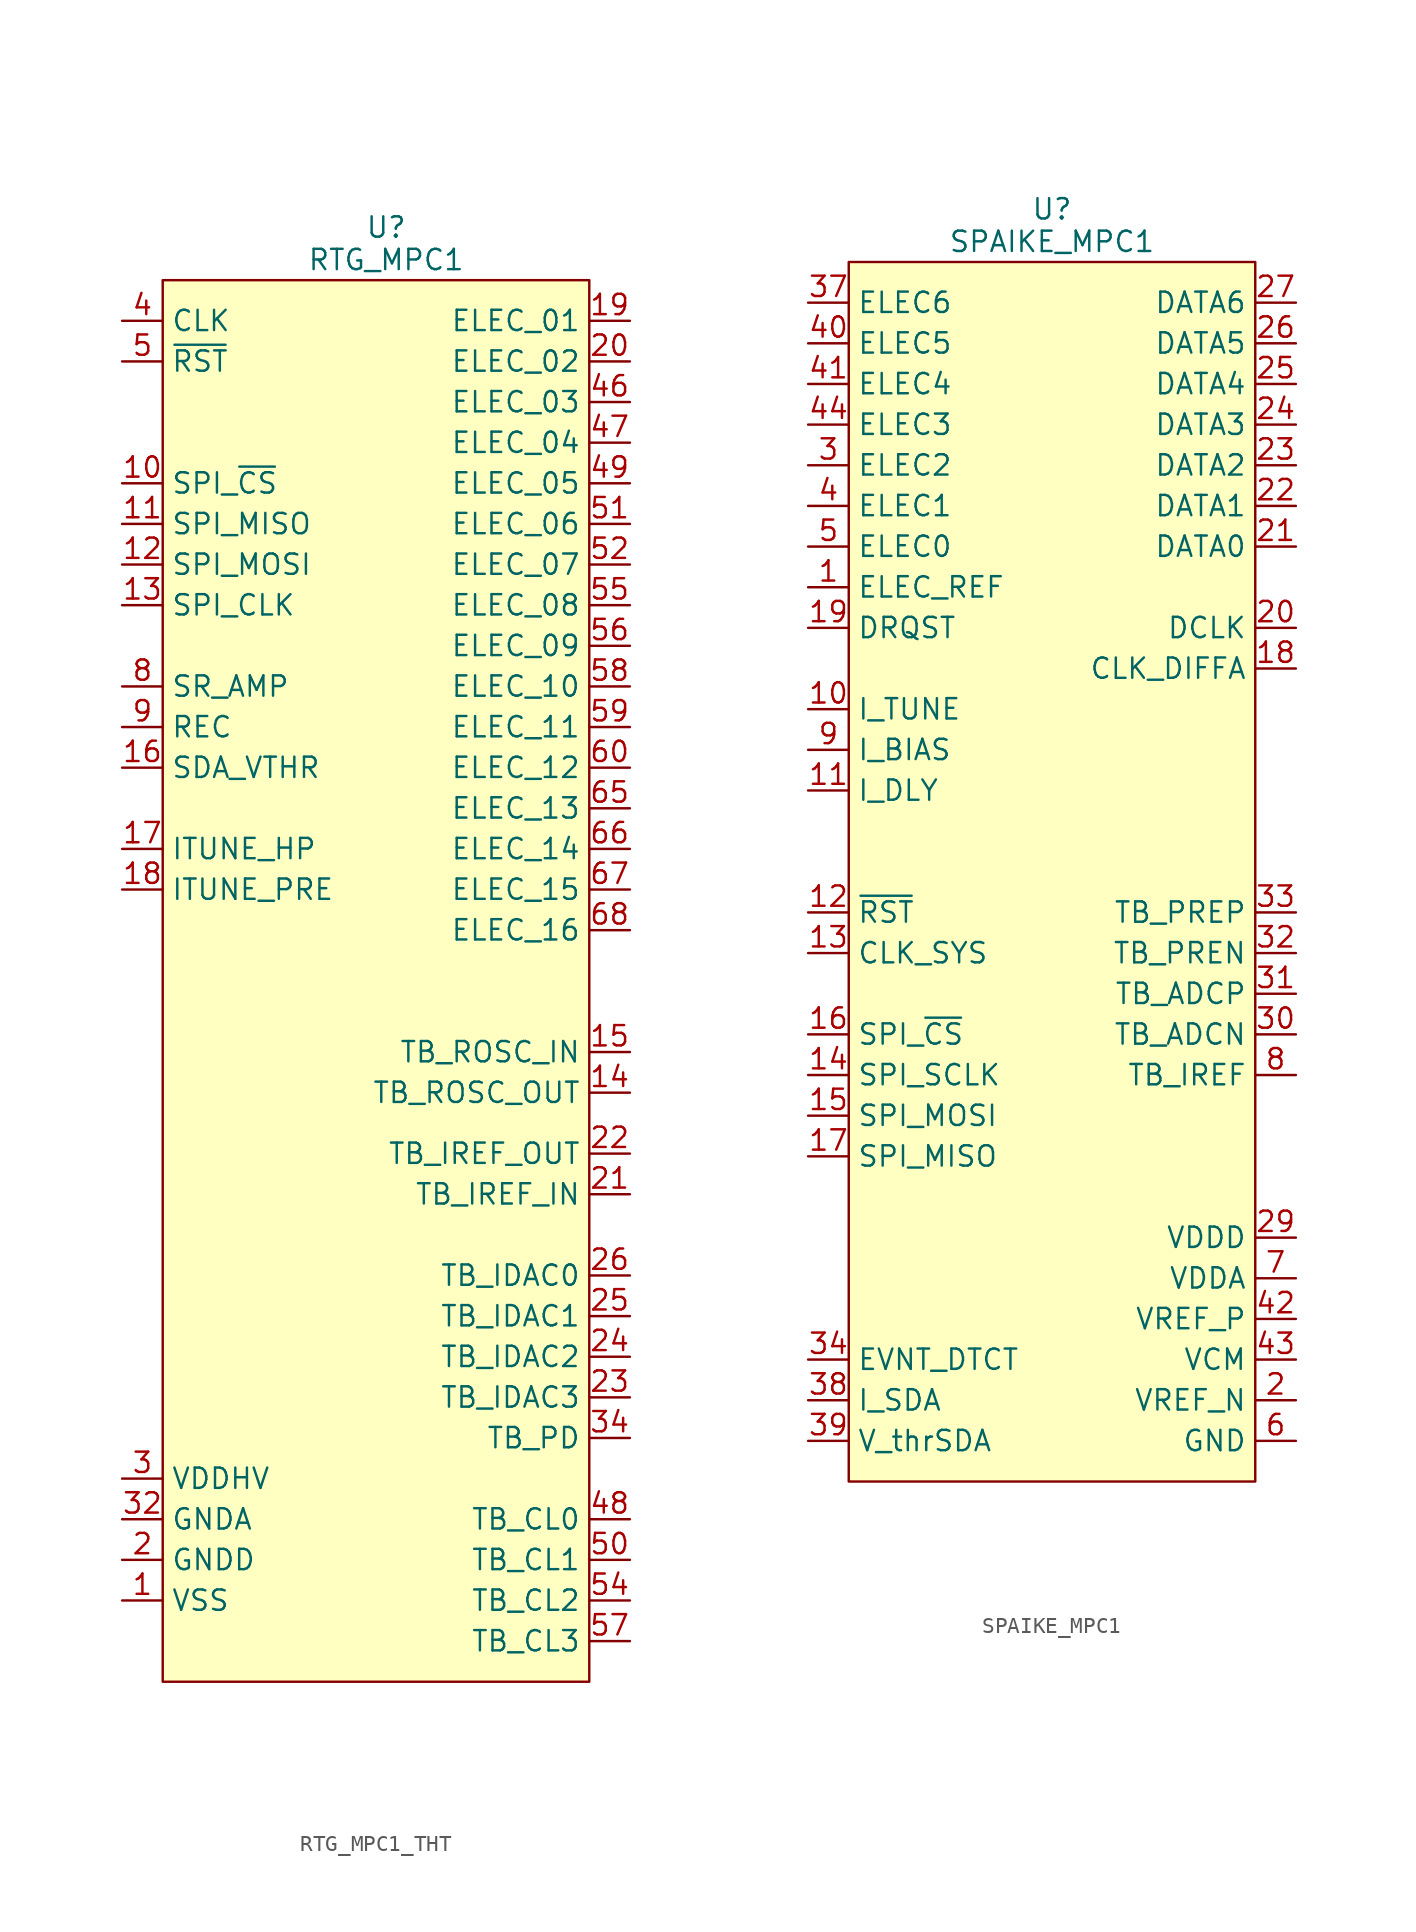
<source format=kicad_sym>
(kicad_symbol_lib
  (version 20231120)
  (generator "kicad_symbol_editor")
  (generator_version "8.0")
  (symbol "RTG_MPC1_THT"
    (property "Reference" "U"
      (at 0 2.032 0)
      (effects (font (size 1.27 1.27))))
    (property "Value" "RTG_MPC1"
      (at 0 0 0)
      (effects (font (size 1.27 1.27))))
    (symbol "RTG_MPC1_THT_1_1"
      (rectangle (start -13.97 -1.27) (end 12.7 -88.9) (stroke (width 0) (type default)) (fill (type background)))
      (pin power_in line (at -16.51 -83.82 0) (length 2.54) (name "VSS" (effects (font (size 1.27 1.27)))) (number "1" (effects (font (size 1.27 1.27)))))
      (pin input line (at -16.51 -13.97 0) (length 2.54) (name "SPI_~{CS}" (effects (font (size 1.27 1.27)))) (number "10" (effects (font (size 1.27 1.27)))))
      (pin output line (at -16.51 -16.51 0) (length 2.54) (name "SPI_MISO" (effects (font (size 1.27 1.27)))) (number "11" (effects (font (size 1.27 1.27)))))
      (pin output line (at -16.51 -19.05 0) (length 2.54) (name "SPI_MOSI" (effects (font (size 1.27 1.27)))) (number "12" (effects (font (size 1.27 1.27)))))
      (pin output line (at -16.51 -21.59 0) (length 2.54) (name "SPI_CLK" (effects (font (size 1.27 1.27)))) (number "13" (effects (font (size 1.27 1.27)))))
      (pin input line (at 15.24 -52.07 180) (length 2.54) (name "TB_ROSC_OUT" (effects (font (size 1.27 1.27)))) (number "14" (effects (font (size 1.27 1.27)))))
      (pin input line (at 15.24 -49.53 180) (length 2.54) (name "TB_ROSC_IN" (effects (font (size 1.27 1.27)))) (number "15" (effects (font (size 1.27 1.27)))))
      (pin input line (at -16.51 -31.75 0) (length 2.54) (name "SDA_VTHR" (effects (font (size 1.27 1.27)))) (number "16" (effects (font (size 1.27 1.27)))))
      (pin open_collector line (at -16.51 -36.83 0) (length 2.54) (name "ITUNE_HP" (effects (font (size 1.27 1.27)))) (number "17" (effects (font (size 1.27 1.27)))))
      (pin open_collector line (at -16.51 -39.37 0) (length 2.54) (name "ITUNE_PRE" (effects (font (size 1.27 1.27)))) (number "18" (effects (font (size 1.27 1.27)))))
      (pin bidirectional line (at 15.24 -3.81 180) (length 2.54) (name "ELEC_01" (effects (font (size 1.27 1.27)))) (number "19" (effects (font (size 1.27 1.27)))))
      (pin passive line (at -16.51 -81.28 0) (length 2.54) (name "GNDD" (effects (font (size 1.27 1.27)))) (number "2" (effects (font (size 1.27 1.27)))))
      (pin bidirectional line (at 15.24 -6.35 180) (length 2.54) (name "ELEC_02" (effects (font (size 1.27 1.27)))) (number "20" (effects (font (size 1.27 1.27)))))
      (pin open_collector line (at 15.24 -58.42 180) (length 2.54) (name "TB_IREF_IN" (effects (font (size 1.27 1.27)))) (number "21" (effects (font (size 1.27 1.27)))))
      (pin open_emitter line (at 15.24 -55.88 180) (length 2.54) (name "TB_IREF_OUT" (effects (font (size 1.27 1.27)))) (number "22" (effects (font (size 1.27 1.27)))))
      (pin open_emitter line (at 15.24 -71.12 180) (length 2.54) (name "TB_IDAC3" (effects (font (size 1.27 1.27)))) (number "23" (effects (font (size 1.27 1.27)))))
      (pin open_collector line (at 15.24 -68.58 180) (length 2.54) (name "TB_IDAC2" (effects (font (size 1.27 1.27)))) (number "24" (effects (font (size 1.27 1.27)))))
      (pin open_collector line (at 15.24 -66.04 180) (length 2.54) (name "TB_IDAC1" (effects (font (size 1.27 1.27)))) (number "25" (effects (font (size 1.27 1.27)))))
      (pin open_collector line (at 15.24 -63.5 180) (length 2.54) (name "TB_IDAC0" (effects (font (size 1.27 1.27)))) (number "26" (effects (font (size 1.27 1.27)))))
      (pin no_connect line (at -16.51 -86.36 0) (length 2.54) hide (name "NC" (effects (font (size 1.27 1.27)))) (number "27" (effects (font (size 1.27 1.27)))))
      (pin no_connect line (at -16.51 -86.36 0) (length 2.54) hide (name "NC" (effects (font (size 1.27 1.27)))) (number "28" (effects (font (size 1.27 1.27)))))
      (pin no_connect line (at -16.51 -86.36 0) (length 2.54) hide (name "NC" (effects (font (size 1.27 1.27)))) (number "29" (effects (font (size 1.27 1.27)))))
      (pin power_in line (at -16.51 -76.2 0) (length 2.54) (name "VDDHV" (effects (font (size 1.27 1.27)))) (number "3" (effects (font (size 1.27 1.27)))))
      (pin no_connect line (at -16.51 -86.36 0) (length 2.54) hide (name "NC" (effects (font (size 1.27 1.27)))) (number "30" (effects (font (size 1.27 1.27)))))
      (pin passive line (at -16.51 -76.2 0) (length 2.54) hide (name "VDDHV" (effects (font (size 1.27 1.27)))) (number "31" (effects (font (size 1.27 1.27)))))
      (pin passive line (at -16.51 -78.74 0) (length 2.54) (name "GNDA" (effects (font (size 1.27 1.27)))) (number "32" (effects (font (size 1.27 1.27)))))
      (pin passive line (at -16.51 -83.82 0) (length 2.54) hide (name "VSS" (effects (font (size 1.27 1.27)))) (number "33" (effects (font (size 1.27 1.27)))))
      (pin output line (at 15.24 -73.66 180) (length 2.54) (name "TB_PD" (effects (font (size 1.27 1.27)))) (number "34" (effects (font (size 1.27 1.27)))))
      (pin no_connect line (at -16.51 -86.36 0) (length 2.54) hide (name "NC" (effects (font (size 1.27 1.27)))) (number "35" (effects (font (size 1.27 1.27)))))
      (pin no_connect line (at -16.51 -86.36 0) (length 2.54) hide (name "NC" (effects (font (size 1.27 1.27)))) (number "36" (effects (font (size 1.27 1.27)))))
      (pin no_connect line (at -16.51 -86.36 0) (length 2.54) hide (name "NC" (effects (font (size 1.27 1.27)))) (number "37" (effects (font (size 1.27 1.27)))))
      (pin no_connect line (at -16.51 -86.36 0) (length 2.54) hide (name "NC" (effects (font (size 1.27 1.27)))) (number "38" (effects (font (size 1.27 1.27)))))
      (pin no_connect line (at -16.51 -86.36 0) (length 2.54) hide (name "NC" (effects (font (size 1.27 1.27)))) (number "39" (effects (font (size 1.27 1.27)))))
      (pin input line (at -16.51 -3.81 0) (length 2.54) (name "CLK" (effects (font (size 1.27 1.27)))) (number "4" (effects (font (size 1.27 1.27)))))
      (pin no_connect line (at -16.51 -86.36 0) (length 2.54) hide (name "NC" (effects (font (size 1.27 1.27)))) (number "40" (effects (font (size 1.27 1.27)))))
      (pin no_connect line (at -16.51 -86.36 0) (length 2.54) hide (name "NC" (effects (font (size 1.27 1.27)))) (number "41" (effects (font (size 1.27 1.27)))))
      (pin no_connect line (at -16.51 -86.36 0) (length 2.54) hide (name "NC" (effects (font (size 1.27 1.27)))) (number "42" (effects (font (size 1.27 1.27)))))
      (pin no_connect line (at -16.51 -86.36 0) (length 2.54) hide (name "NC" (effects (font (size 1.27 1.27)))) (number "43" (effects (font (size 1.27 1.27)))))
      (pin no_connect line (at -16.51 -86.36 0) (length 2.54) hide (name "NC" (effects (font (size 1.27 1.27)))) (number "44" (effects (font (size 1.27 1.27)))))
      (pin no_connect line (at -16.51 -86.36 0) (length 2.54) hide (name "NC" (effects (font (size 1.27 1.27)))) (number "45" (effects (font (size 1.27 1.27)))))
      (pin bidirectional line (at 15.24 -8.89 180) (length 2.54) (name "ELEC_03" (effects (font (size 1.27 1.27)))) (number "46" (effects (font (size 1.27 1.27)))))
      (pin bidirectional line (at 15.24 -11.43 180) (length 2.54) (name "ELEC_04" (effects (font (size 1.27 1.27)))) (number "47" (effects (font (size 1.27 1.27)))))
      (pin output line (at 15.24 -78.74 180) (length 2.54) (name "TB_CL0" (effects (font (size 1.27 1.27)))) (number "48" (effects (font (size 1.27 1.27)))))
      (pin bidirectional line (at 15.24 -13.97 180) (length 2.54) (name "ELEC_05" (effects (font (size 1.27 1.27)))) (number "49" (effects (font (size 1.27 1.27)))))
      (pin input line (at -16.51 -6.35 0) (length 2.54) (name "~{RST}" (effects (font (size 1.27 1.27)))) (number "5" (effects (font (size 1.27 1.27)))))
      (pin output line (at 15.24 -81.28 180) (length 2.54) (name "TB_CL1" (effects (font (size 1.27 1.27)))) (number "50" (effects (font (size 1.27 1.27)))))
      (pin bidirectional line (at 15.24 -16.51 180) (length 2.54) (name "ELEC_06" (effects (font (size 1.27 1.27)))) (number "51" (effects (font (size 1.27 1.27)))))
      (pin bidirectional line (at 15.24 -19.05 180) (length 2.54) (name "ELEC_07" (effects (font (size 1.27 1.27)))) (number "52" (effects (font (size 1.27 1.27)))))
      (pin no_connect line (at -16.51 -86.36 0) (length 2.54) hide (name "NC" (effects (font (size 1.27 1.27)))) (number "53" (effects (font (size 1.27 1.27)))))
      (pin output line (at 15.24 -83.82 180) (length 2.54) (name "TB_CL2" (effects (font (size 1.27 1.27)))) (number "54" (effects (font (size 1.27 1.27)))))
      (pin bidirectional line (at 15.24 -21.59 180) (length 2.54) (name "ELEC_08" (effects (font (size 1.27 1.27)))) (number "55" (effects (font (size 1.27 1.27)))))
      (pin bidirectional line (at 15.24 -24.13 180) (length 2.54) (name "ELEC_09" (effects (font (size 1.27 1.27)))) (number "56" (effects (font (size 1.27 1.27)))))
      (pin output line (at 15.24 -86.36 180) (length 2.54) (name "TB_CL3" (effects (font (size 1.27 1.27)))) (number "57" (effects (font (size 1.27 1.27)))))
      (pin bidirectional line (at 15.24 -26.67 180) (length 2.54) (name "ELEC_10" (effects (font (size 1.27 1.27)))) (number "58" (effects (font (size 1.27 1.27)))))
      (pin bidirectional line (at 15.24 -29.21 180) (length 2.54) (name "ELEC_11" (effects (font (size 1.27 1.27)))) (number "59" (effects (font (size 1.27 1.27)))))
      (pin no_connect line (at -16.51 -86.36 0) (length 2.54) hide (name "NC" (effects (font (size 1.27 1.27)))) (number "6" (effects (font (size 1.27 1.27)))))
      (pin bidirectional line (at 15.24 -31.75 180) (length 2.54) (name "ELEC_12" (effects (font (size 1.27 1.27)))) (number "60" (effects (font (size 1.27 1.27)))))
      (pin no_connect line (at -16.51 -86.36 0) (length 2.54) hide (name "NC" (effects (font (size 1.27 1.27)))) (number "61" (effects (font (size 1.27 1.27)))))
      (pin no_connect line (at -16.51 -86.36 0) (length 2.54) hide (name "NC" (effects (font (size 1.27 1.27)))) (number "62" (effects (font (size 1.27 1.27)))))
      (pin no_connect line (at -16.51 -86.36 0) (length 2.54) hide (name "NC" (effects (font (size 1.27 1.27)))) (number "63" (effects (font (size 1.27 1.27)))))
      (pin no_connect line (at -16.51 -86.36 0) (length 2.54) hide (name "NC" (effects (font (size 1.27 1.27)))) (number "64" (effects (font (size 1.27 1.27)))))
      (pin bidirectional line (at 15.24 -34.29 180) (length 2.54) (name "ELEC_13" (effects (font (size 1.27 1.27)))) (number "65" (effects (font (size 1.27 1.27)))))
      (pin bidirectional line (at 15.24 -36.83 180) (length 2.54) (name "ELEC_14" (effects (font (size 1.27 1.27)))) (number "66" (effects (font (size 1.27 1.27)))))
      (pin bidirectional line (at 15.24 -39.37 180) (length 2.54) (name "ELEC_15" (effects (font (size 1.27 1.27)))) (number "67" (effects (font (size 1.27 1.27)))))
      (pin bidirectional line (at 15.24 -41.91 180) (length 2.54) (name "ELEC_16" (effects (font (size 1.27 1.27)))) (number "68" (effects (font (size 1.27 1.27)))))
      (pin no_connect line (at -16.51 -86.36 0) (length 2.54) hide (name "NC" (effects (font (size 1.27 1.27)))) (number "7" (effects (font (size 1.27 1.27)))))
      (pin input line (at -16.51 -26.67 0) (length 2.54) (name "SR_AMP" (effects (font (size 1.27 1.27)))) (number "8" (effects (font (size 1.27 1.27)))))
      (pin input line (at -16.51 -29.21 0) (length 2.54) (name "REC" (effects (font (size 1.27 1.27)))) (number "9" (effects (font (size 1.27 1.27)))))))
  (symbol "SPAIKE_MPC1"
    (property "Reference" "U"
      (at 0 3.302 0)
      (effects (font (size 1.27 1.27))))
    (property "Value" "SPAIKE_MPC1"
      (at 0 1.27 0)
      (effects (font (size 1.27 1.27))))
    (symbol "SPAIKE_MPC1_1_1"
      (rectangle (start -12.7 0) (end 12.7 -76.2) (stroke (width 0) (type default)) (fill (type background)))
      (pin input line (at -15.24 -20.32 0) (length 2.54) (name "ELEC_REF" (effects (font (size 1.27 1.27)))) (number "1" (effects (font (size 1.27 1.27)))))
      (pin input line (at -15.24 -27.94 0) (length 2.54) (name "I_TUNE" (effects (font (size 1.27 1.27)))) (number "10" (effects (font (size 1.27 1.27)))))
      (pin input line (at -15.24 -33.02 0) (length 2.54) (name "I_DLY" (effects (font (size 1.27 1.27)))) (number "11" (effects (font (size 1.27 1.27)))))
      (pin input line (at -15.24 -40.64 0) (length 2.54) (name "~{RST}" (effects (font (size 1.27 1.27)))) (number "12" (effects (font (size 1.27 1.27)))))
      (pin input line (at -15.24 -43.18 0) (length 2.54) (name "CLK_SYS" (effects (font (size 1.27 1.27)))) (number "13" (effects (font (size 1.27 1.27)))))
      (pin input line (at -15.24 -50.8 0) (length 2.54) (name "SPI_SCLK" (effects (font (size 1.27 1.27)))) (number "14" (effects (font (size 1.27 1.27)))))
      (pin input line (at -15.24 -53.34 0) (length 2.54) (name "SPI_MOSI" (effects (font (size 1.27 1.27)))) (number "15" (effects (font (size 1.27 1.27)))))
      (pin input line (at -15.24 -48.26 0) (length 2.54) (name "SPI_~{CS}" (effects (font (size 1.27 1.27)))) (number "16" (effects (font (size 1.27 1.27)))))
      (pin output line (at -15.24 -55.88 0) (length 2.54) (name "SPI_MISO" (effects (font (size 1.27 1.27)))) (number "17" (effects (font (size 1.27 1.27)))))
      (pin output line (at 15.24 -25.4 180) (length 2.54) (name "CLK_DIFFA" (effects (font (size 1.27 1.27)))) (number "18" (effects (font (size 1.27 1.27)))))
      (pin output line (at -15.24 -22.86 0) (length 2.54) (name "DRQST" (effects (font (size 1.27 1.27)))) (number "19" (effects (font (size 1.27 1.27)))))
      (pin input line (at 15.24 -71.12 180) (length 2.54) (name "VREF_N" (effects (font (size 1.27 1.27)))) (number "2" (effects (font (size 1.27 1.27)))))
      (pin output line (at 15.24 -22.86 180) (length 2.54) (name "DCLK" (effects (font (size 1.27 1.27)))) (number "20" (effects (font (size 1.27 1.27)))))
      (pin output line (at 15.24 -17.78 180) (length 2.54) (name "DATA0" (effects (font (size 1.27 1.27)))) (number "21" (effects (font (size 1.27 1.27)))))
      (pin output line (at 15.24 -15.24 180) (length 2.54) (name "DATA1" (effects (font (size 1.27 1.27)))) (number "22" (effects (font (size 1.27 1.27)))))
      (pin output line (at 15.24 -12.7 180) (length 2.54) (name "DATA2" (effects (font (size 1.27 1.27)))) (number "23" (effects (font (size 1.27 1.27)))))
      (pin output line (at 15.24 -10.16 180) (length 2.54) (name "DATA3" (effects (font (size 1.27 1.27)))) (number "24" (effects (font (size 1.27 1.27)))))
      (pin output line (at 15.24 -7.62 180) (length 2.54) (name "DATA4" (effects (font (size 1.27 1.27)))) (number "25" (effects (font (size 1.27 1.27)))))
      (pin output line (at 15.24 -5.08 180) (length 2.54) (name "DATA5" (effects (font (size 1.27 1.27)))) (number "26" (effects (font (size 1.27 1.27)))))
      (pin output line (at 15.24 -2.54 180) (length 2.54) (name "DATA6" (effects (font (size 1.27 1.27)))) (number "27" (effects (font (size 1.27 1.27)))))
      (pin bidirectional line (at 15.24 -73.66 180) (length 2.54) hide (name "GND" (effects (font (size 1.27 1.27)))) (number "28" (effects (font (size 1.27 1.27)))))
      (pin power_in line (at 15.24 -60.96 180) (length 2.54) (name "VDDD" (effects (font (size 1.27 1.27)))) (number "29" (effects (font (size 1.27 1.27)))))
      (pin input line (at -15.24 -12.7 0) (length 2.54) (name "ELEC2" (effects (font (size 1.27 1.27)))) (number "3" (effects (font (size 1.27 1.27)))))
      (pin output line (at 15.24 -48.26 180) (length 2.54) (name "TB_ADCN" (effects (font (size 1.27 1.27)))) (number "30" (effects (font (size 1.27 1.27)))))
      (pin output line (at 15.24 -45.72 180) (length 2.54) (name "TB_ADCP" (effects (font (size 1.27 1.27)))) (number "31" (effects (font (size 1.27 1.27)))))
      (pin output line (at 15.24 -43.18 180) (length 2.54) (name "TB_PREN" (effects (font (size 1.27 1.27)))) (number "32" (effects (font (size 1.27 1.27)))))
      (pin output line (at 15.24 -40.64 180) (length 2.54) (name "TB_PREP" (effects (font (size 1.27 1.27)))) (number "33" (effects (font (size 1.27 1.27)))))
      (pin output line (at -15.24 -68.58 0) (length 2.54) (name "EVNT_DTCT" (effects (font (size 1.27 1.27)))) (number "34" (effects (font (size 1.27 1.27)))))
      (pin passive line (at 15.24 -63.5 180) (length 2.54) hide (name "VDDA" (effects (font (size 1.27 1.27)))) (number "35" (effects (font (size 1.27 1.27)))))
      (pin bidirectional line (at 15.24 -73.66 180) (length 2.54) hide (name "GND" (effects (font (size 1.27 1.27)))) (number "36" (effects (font (size 1.27 1.27)))))
      (pin input line (at -15.24 -2.54 0) (length 2.54) (name "ELEC6" (effects (font (size 1.27 1.27)))) (number "37" (effects (font (size 1.27 1.27)))))
      (pin input line (at -15.24 -71.12 0) (length 2.54) (name "I_SDA" (effects (font (size 1.27 1.27)))) (number "38" (effects (font (size 1.27 1.27)))))
      (pin input line (at -15.24 -73.66 0) (length 2.54) (name "V_thrSDA" (effects (font (size 1.27 1.27)))) (number "39" (effects (font (size 1.27 1.27)))))
      (pin input line (at -15.24 -15.24 0) (length 2.54) (name "ELEC1" (effects (font (size 1.27 1.27)))) (number "4" (effects (font (size 1.27 1.27)))))
      (pin input line (at -15.24 -5.08 0) (length 2.54) (name "ELEC5" (effects (font (size 1.27 1.27)))) (number "40" (effects (font (size 1.27 1.27)))))
      (pin input line (at -15.24 -7.62 0) (length 2.54) (name "ELEC4" (effects (font (size 1.27 1.27)))) (number "41" (effects (font (size 1.27 1.27)))))
      (pin input line (at 15.24 -66.04 180) (length 2.54) (name "VREF_P" (effects (font (size 1.27 1.27)))) (number "42" (effects (font (size 1.27 1.27)))))
      (pin input line (at 15.24 -68.58 180) (length 2.54) (name "VCM" (effects (font (size 1.27 1.27)))) (number "43" (effects (font (size 1.27 1.27)))))
      (pin input line (at -15.24 -10.16 0) (length 2.54) (name "ELEC3" (effects (font (size 1.27 1.27)))) (number "44" (effects (font (size 1.27 1.27)))))
      (pin input line (at -15.24 -17.78 0) (length 2.54) (name "ELEC0" (effects (font (size 1.27 1.27)))) (number "5" (effects (font (size 1.27 1.27)))))
      (pin passive line (at 15.24 -73.66 180) (length 2.54) (name "GND" (effects (font (size 1.27 1.27)))) (number "6" (effects (font (size 1.27 1.27)))))
      (pin power_in line (at 15.24 -63.5 180) (length 2.54) (name "VDDA" (effects (font (size 1.27 1.27)))) (number "7" (effects (font (size 1.27 1.27)))))
      (pin open_collector line (at 15.24 -50.8 180) (length 2.54) (name "TB_IREF" (effects (font (size 1.27 1.27)))) (number "8" (effects (font (size 1.27 1.27)))))
      (pin input line (at -15.24 -30.48 0) (length 2.54) (name "I_BIAS" (effects (font (size 1.27 1.27)))) (number "9" (effects (font (size 1.27 1.27))))))))
</source>
